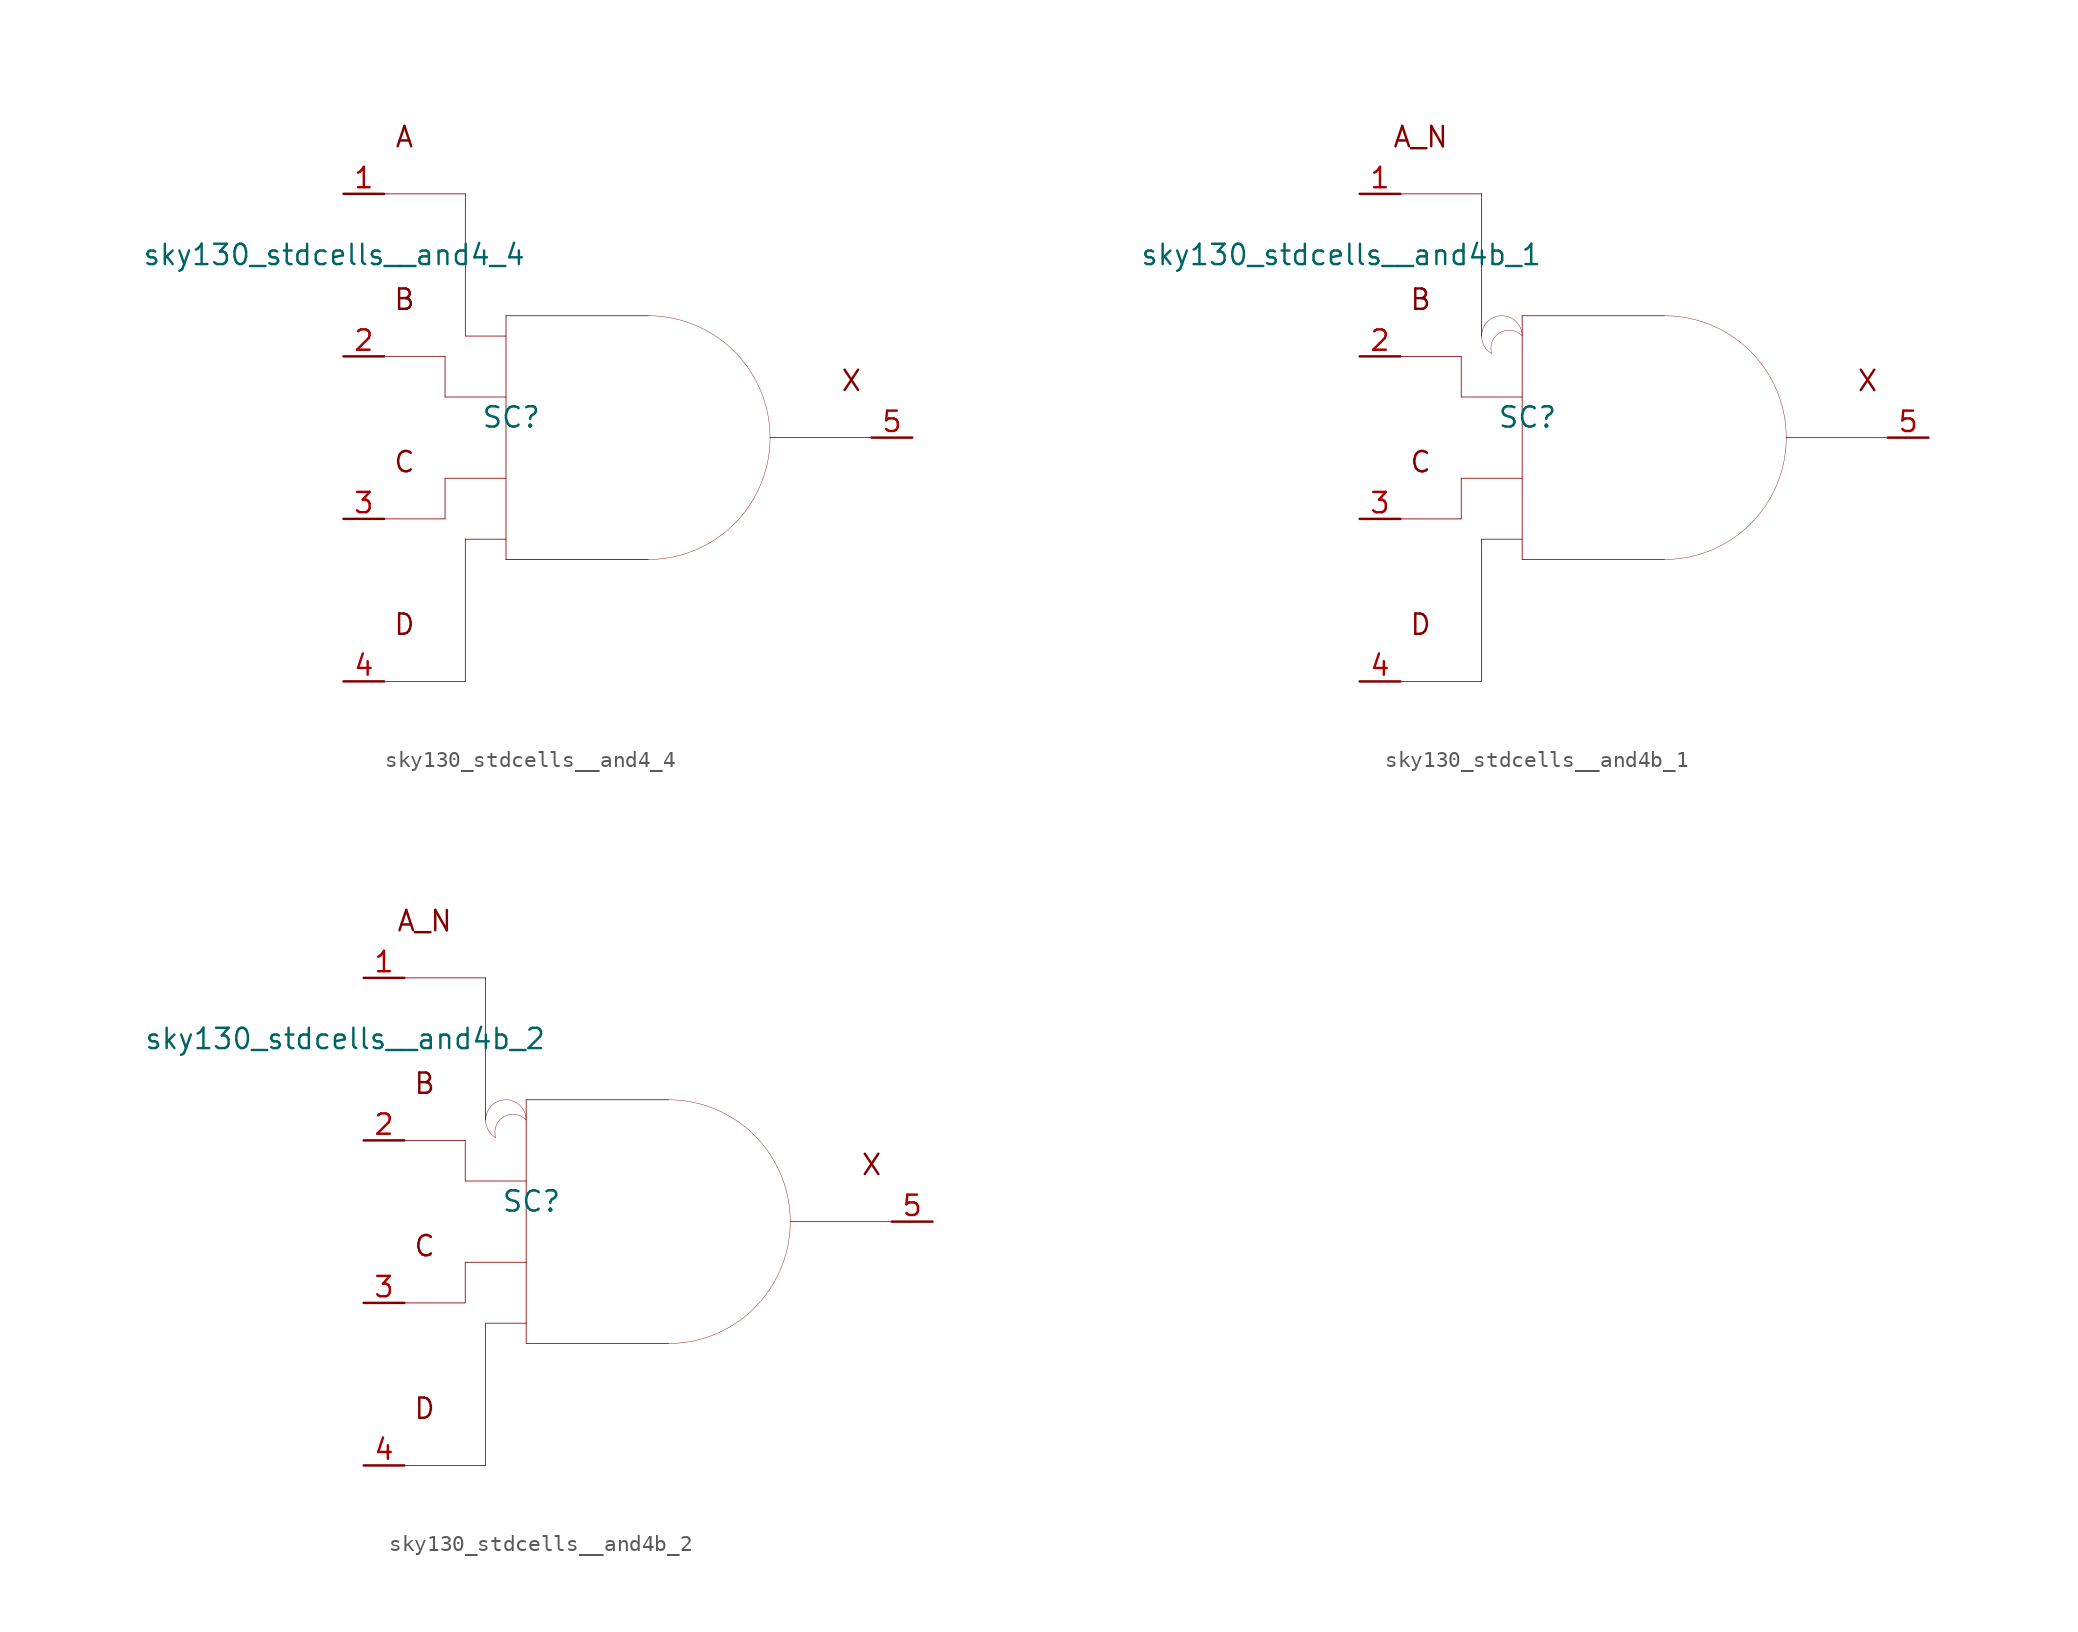
<source format=kicad_sym>
(kicad_symbol_lib
  (version 20211014)
  (generator kicad_symbol_editor)
  (symbol "sky130_stdcells__and4_4"
    (pin_names hide)
    (property "Reference" "SC"
      (at -7.29 1.27 0)
      (effects (font (size 1.27 1.27))))
    (property "Value" "sky130_stdcells__and4_4"
      (at -6.35 11.43 0)
      (effects (font (size 1.27 1.27)) (justify right)))
    (symbol "sky130_stdcells__and4_4_0_0"
      (polyline (pts (xy -15.24 -15.24) (xy -10.16 -15.24)) (stroke (width 0.051) (type default) (color 0 0 0 0)) (fill (type none)))
      (polyline (pts (xy -15.24 -5.08) (xy -11.43 -5.08)) (stroke (width 0.051) (type default) (color 0 0 0 0)) (fill (type none)))
      (polyline (pts (xy -15.24 5.08) (xy -11.43 5.08)) (stroke (width 0.051) (type default) (color 0 0 0 0)) (fill (type none)))
      (polyline (pts (xy -15.24 15.24) (xy -10.16 15.24)) (stroke (width 0.051) (type default) (color 0 0 0 0)) (fill (type none)))
      (polyline (pts (xy -11.43 -2.54) (xy -11.43 -5.08)) (stroke (width 0.051) (type default) (color 0 0 0 0)) (fill (type none)))
      (polyline (pts (xy -11.43 -2.54) (xy -7.62 -2.54)) (stroke (width 0.051) (type default) (color 0 0 0 0)) (fill (type none)))
      (polyline (pts (xy -11.43 2.54) (xy -7.62 2.54)) (stroke (width 0.051) (type default) (color 0 0 0 0)) (fill (type none)))
      (polyline (pts (xy -11.43 5.08) (xy -11.43 2.54)) (stroke (width 0.051) (type default) (color 0 0 0 0)) (fill (type none)))
      (polyline (pts (xy -10.16 -6.35) (xy -10.16 -15.24)) (stroke (width 0.051) (type default) (color 0 0 0 0)) (fill (type none)))
      (polyline (pts (xy -10.16 -6.35) (xy -7.62 -6.35)) (stroke (width 0.051) (type default) (color 0 0 0 0)) (fill (type none)))
      (polyline (pts (xy -10.16 6.35) (xy -7.62 6.35)) (stroke (width 0.051) (type default) (color 0 0 0 0)) (fill (type none)))
      (polyline (pts (xy -10.16 15.24) (xy -10.16 6.35)) (stroke (width 0.051) (type default) (color 0 0 0 0)) (fill (type none)))
      (polyline (pts (xy -7.62 -7.62) (xy 1.27 -7.62)) (stroke (width 0.051) (type default) (color 0 0 0 0)) (fill (type none)))
      (polyline (pts (xy -7.62 7.62) (xy -7.62 -7.62)) (stroke (width 0.051) (type default) (color 0 0 0 0)) (fill (type none)))
      (polyline (pts (xy -7.62 7.62) (xy 1.27 7.62)) (stroke (width 0.051) (type default) (color 0 0 0 0)) (fill (type none)))
      (polyline (pts (xy 8.89 0) (xy 15.24 0)) (stroke (width 0.051) (type default) (color 0 0 0 0)) (fill (type none)))
      (arc (start 1.27 -7.62) (mid 3.2422 -7.3604) (end 5.08 -6.5991) (stroke (width 0.0254) (type default) (color 0 0 0 0)) (fill (type none)))
      (arc (start 5.08 -6.5991) (mid 6.6581 -5.3881) (end 7.8691 -3.81) (stroke (width 0.0254) (type default) (color 0 0 0 0)) (fill (type none)))
      (arc (start 5.08 6.5991) (mid 3.2422 7.3603) (end 1.27 7.62) (stroke (width 0.0254) (type default) (color 0 0 0 0)) (fill (type none)))
      (arc (start 7.8691 -3.81) (mid 8.6303 -1.9722) (end 8.89 0) (stroke (width 0.0254) (type default) (color 0 0 0 0)) (fill (type none)))
      (arc (start 7.8691 3.81) (mid 6.6581 5.3881) (end 5.08 6.5991) (stroke (width 0.0254) (type default) (color 0 0 0 0)) (fill (type none)))
      (arc (start 8.89 0) (mid 8.6304 1.9722) (end 7.8691 3.81) (stroke (width 0.0254) (type default) (color 0 0 0 0)) (fill (type none)))
      (text "A" (at -13.97 18.796 0) (effects (font (size 1.27 1.27))))
      (text "B" (at -13.97 8.636 0) (effects (font (size 1.27 1.27))))
      (text "C" (at -13.97 -1.524 0) (effects (font (size 1.27 1.27))))
      (text "D" (at -13.97 -11.684 0) (effects (font (size 1.27 1.27))))
      (text "X" (at 13.97 3.556 0) (effects (font (size 1.27 1.27)))))
    (symbol "sky130_stdcells__and4_4_1_1"
      (pin input line (at -17.78 15.24 0) (length 2.54) (name "A" (effects (font (size 1.092 1.092)))) (number "1" (effects (font (size 1.27 1.27)))))
      (pin input line (at -17.78 5.08 0) (length 2.54) (name "B" (effects (font (size 1.092 1.092)))) (number "2" (effects (font (size 1.27 1.27)))))
      (pin input line (at -17.78 -5.08 0) (length 2.54) (name "C" (effects (font (size 1.092 1.092)))) (number "3" (effects (font (size 1.27 1.27)))))
      (pin input line (at -17.78 -15.24 0) (length 2.54) (name "D" (effects (font (size 1.092 1.092)))) (number "4" (effects (font (size 1.27 1.27)))))
      (pin output line (at 17.78 0 180) (length 2.54) (name "X" (effects (font (size 1.092 1.092)))) (number "5" (effects (font (size 1.27 1.27)))))))
  (symbol "sky130_stdcells__and4b_1"
    (pin_names hide)
    (property "Reference" "SC"
      (at -7.29 1.27 0)
      (effects (font (size 1.27 1.27))))
    (property "Value" "sky130_stdcells__and4b_1"
      (at -6.35 11.43 0)
      (effects (font (size 1.27 1.27)) (justify right)))
    (symbol "sky130_stdcells__and4b_1_0_0"
      (arc (start -9.525 7.4499) (mid -10.16 6.35) (end -9.525 5.2501) (stroke (width 0.0254) (type default) (color 0 0 0 0)) (fill (type none)))
      (arc (start -7.62 6.35) (mid -9.4769 6.8243) (end -9.525 5.2501) (stroke (width 0.0254) (type default) (color 0 0 0 0)) (fill (type none)))
      (arc (start -7.62 6.35) (mid -8.255 7.4498) (end -9.525 7.4499) (stroke (width 0.0254) (type default) (color 0 0 0 0)) (fill (type none)))
      (polyline (pts (xy -15.24 -15.24) (xy -10.16 -15.24)) (stroke (width 0.051) (type default) (color 0 0 0 0)) (fill (type none)))
      (polyline (pts (xy -15.24 -5.08) (xy -11.43 -5.08)) (stroke (width 0.051) (type default) (color 0 0 0 0)) (fill (type none)))
      (polyline (pts (xy -15.24 5.08) (xy -11.43 5.08)) (stroke (width 0.051) (type default) (color 0 0 0 0)) (fill (type none)))
      (polyline (pts (xy -15.24 15.24) (xy -10.16 15.24)) (stroke (width 0.051) (type default) (color 0 0 0 0)) (fill (type none)))
      (polyline (pts (xy -11.43 -2.54) (xy -11.43 -5.08)) (stroke (width 0.051) (type default) (color 0 0 0 0)) (fill (type none)))
      (polyline (pts (xy -11.43 -2.54) (xy -7.62 -2.54)) (stroke (width 0.051) (type default) (color 0 0 0 0)) (fill (type none)))
      (polyline (pts (xy -11.43 2.54) (xy -7.62 2.54)) (stroke (width 0.051) (type default) (color 0 0 0 0)) (fill (type none)))
      (polyline (pts (xy -11.43 5.08) (xy -11.43 2.54)) (stroke (width 0.051) (type default) (color 0 0 0 0)) (fill (type none)))
      (polyline (pts (xy -10.16 -6.35) (xy -10.16 -15.24)) (stroke (width 0.051) (type default) (color 0 0 0 0)) (fill (type none)))
      (polyline (pts (xy -10.16 -6.35) (xy -7.62 -6.35)) (stroke (width 0.051) (type default) (color 0 0 0 0)) (fill (type none)))
      (polyline (pts (xy -10.16 15.24) (xy -10.16 6.35)) (stroke (width 0.051) (type default) (color 0 0 0 0)) (fill (type none)))
      (polyline (pts (xy -7.62 -7.62) (xy 1.27 -7.62)) (stroke (width 0.051) (type default) (color 0 0 0 0)) (fill (type none)))
      (polyline (pts (xy -7.62 7.62) (xy -7.62 -7.62)) (stroke (width 0.051) (type default) (color 0 0 0 0)) (fill (type none)))
      (polyline (pts (xy -7.62 7.62) (xy 1.27 7.62)) (stroke (width 0.051) (type default) (color 0 0 0 0)) (fill (type none)))
      (polyline (pts (xy 8.89 0) (xy 15.24 0)) (stroke (width 0.051) (type default) (color 0 0 0 0)) (fill (type none)))
      (arc (start 1.27 -7.62) (mid 3.2422 -7.3604) (end 5.08 -6.5991) (stroke (width 0.0254) (type default) (color 0 0 0 0)) (fill (type none)))
      (arc (start 5.08 -6.5991) (mid 6.6581 -5.3881) (end 7.8691 -3.81) (stroke (width 0.0254) (type default) (color 0 0 0 0)) (fill (type none)))
      (arc (start 5.08 6.5991) (mid 3.2422 7.3603) (end 1.27 7.62) (stroke (width 0.0254) (type default) (color 0 0 0 0)) (fill (type none)))
      (arc (start 7.8691 -3.81) (mid 8.6303 -1.9722) (end 8.89 0) (stroke (width 0.0254) (type default) (color 0 0 0 0)) (fill (type none)))
      (arc (start 7.8691 3.81) (mid 6.6581 5.3881) (end 5.08 6.5991) (stroke (width 0.0254) (type default) (color 0 0 0 0)) (fill (type none)))
      (arc (start 8.89 0) (mid 8.6304 1.9722) (end 7.8691 3.81) (stroke (width 0.0254) (type default) (color 0 0 0 0)) (fill (type none)))
      (text "A_N" (at -13.97 18.796 0) (effects (font (size 1.27 1.27))))
      (text "B" (at -13.97 8.636 0) (effects (font (size 1.27 1.27))))
      (text "C" (at -13.97 -1.524 0) (effects (font (size 1.27 1.27))))
      (text "D" (at -13.97 -11.684 0) (effects (font (size 1.27 1.27))))
      (text "X" (at 13.97 3.556 0) (effects (font (size 1.27 1.27)))))
    (symbol "sky130_stdcells__and4b_1_1_1"
      (pin input line (at -17.78 15.24 0) (length 2.54) (name "A_N" (effects (font (size 1.092 1.092)))) (number "1" (effects (font (size 1.27 1.27)))))
      (pin input line (at -17.78 5.08 0) (length 2.54) (name "B" (effects (font (size 1.092 1.092)))) (number "2" (effects (font (size 1.27 1.27)))))
      (pin input line (at -17.78 -5.08 0) (length 2.54) (name "C" (effects (font (size 1.092 1.092)))) (number "3" (effects (font (size 1.27 1.27)))))
      (pin input line (at -17.78 -15.24 0) (length 2.54) (name "D" (effects (font (size 1.092 1.092)))) (number "4" (effects (font (size 1.27 1.27)))))
      (pin output line (at 17.78 0 180) (length 2.54) (name "X" (effects (font (size 1.092 1.092)))) (number "5" (effects (font (size 1.27 1.27)))))))
  (symbol "sky130_stdcells__and4b_2"
    (pin_names hide)
    (property "Reference" "SC"
      (at -7.29 1.27 0)
      (effects (font (size 1.27 1.27))))
    (property "Value" "sky130_stdcells__and4b_2"
      (at -6.35 11.43 0)
      (effects (font (size 1.27 1.27)) (justify right)))
    (symbol "sky130_stdcells__and4b_2_0_0"
      (arc (start -9.525 7.4499) (mid -10.16 6.35) (end -9.525 5.2501) (stroke (width 0.0254) (type default) (color 0 0 0 0)) (fill (type none)))
      (arc (start -7.62 6.35) (mid -9.4769 6.8243) (end -9.525 5.2501) (stroke (width 0.0254) (type default) (color 0 0 0 0)) (fill (type none)))
      (arc (start -7.62 6.35) (mid -8.255 7.4498) (end -9.525 7.4499) (stroke (width 0.0254) (type default) (color 0 0 0 0)) (fill (type none)))
      (polyline (pts (xy -15.24 -15.24) (xy -10.16 -15.24)) (stroke (width 0.051) (type default) (color 0 0 0 0)) (fill (type none)))
      (polyline (pts (xy -15.24 -5.08) (xy -11.43 -5.08)) (stroke (width 0.051) (type default) (color 0 0 0 0)) (fill (type none)))
      (polyline (pts (xy -15.24 5.08) (xy -11.43 5.08)) (stroke (width 0.051) (type default) (color 0 0 0 0)) (fill (type none)))
      (polyline (pts (xy -15.24 15.24) (xy -10.16 15.24)) (stroke (width 0.051) (type default) (color 0 0 0 0)) (fill (type none)))
      (polyline (pts (xy -11.43 -2.54) (xy -11.43 -5.08)) (stroke (width 0.051) (type default) (color 0 0 0 0)) (fill (type none)))
      (polyline (pts (xy -11.43 -2.54) (xy -7.62 -2.54)) (stroke (width 0.051) (type default) (color 0 0 0 0)) (fill (type none)))
      (polyline (pts (xy -11.43 2.54) (xy -7.62 2.54)) (stroke (width 0.051) (type default) (color 0 0 0 0)) (fill (type none)))
      (polyline (pts (xy -11.43 5.08) (xy -11.43 2.54)) (stroke (width 0.051) (type default) (color 0 0 0 0)) (fill (type none)))
      (polyline (pts (xy -10.16 -6.35) (xy -10.16 -15.24)) (stroke (width 0.051) (type default) (color 0 0 0 0)) (fill (type none)))
      (polyline (pts (xy -10.16 -6.35) (xy -7.62 -6.35)) (stroke (width 0.051) (type default) (color 0 0 0 0)) (fill (type none)))
      (polyline (pts (xy -10.16 15.24) (xy -10.16 6.35)) (stroke (width 0.051) (type default) (color 0 0 0 0)) (fill (type none)))
      (polyline (pts (xy -7.62 -7.62) (xy 1.27 -7.62)) (stroke (width 0.051) (type default) (color 0 0 0 0)) (fill (type none)))
      (polyline (pts (xy -7.62 7.62) (xy -7.62 -7.62)) (stroke (width 0.051) (type default) (color 0 0 0 0)) (fill (type none)))
      (polyline (pts (xy -7.62 7.62) (xy 1.27 7.62)) (stroke (width 0.051) (type default) (color 0 0 0 0)) (fill (type none)))
      (polyline (pts (xy 8.89 0) (xy 15.24 0)) (stroke (width 0.051) (type default) (color 0 0 0 0)) (fill (type none)))
      (arc (start 1.27 -7.62) (mid 3.2422 -7.3604) (end 5.08 -6.5991) (stroke (width 0.0254) (type default) (color 0 0 0 0)) (fill (type none)))
      (arc (start 5.08 -6.5991) (mid 6.6581 -5.3881) (end 7.8691 -3.81) (stroke (width 0.0254) (type default) (color 0 0 0 0)) (fill (type none)))
      (arc (start 5.08 6.5991) (mid 3.2422 7.3603) (end 1.27 7.62) (stroke (width 0.0254) (type default) (color 0 0 0 0)) (fill (type none)))
      (arc (start 7.8691 -3.81) (mid 8.6303 -1.9722) (end 8.89 0) (stroke (width 0.0254) (type default) (color 0 0 0 0)) (fill (type none)))
      (arc (start 7.8691 3.81) (mid 6.6581 5.3881) (end 5.08 6.5991) (stroke (width 0.0254) (type default) (color 0 0 0 0)) (fill (type none)))
      (arc (start 8.89 0) (mid 8.6304 1.9722) (end 7.8691 3.81) (stroke (width 0.0254) (type default) (color 0 0 0 0)) (fill (type none)))
      (text "A_N" (at -13.97 18.796 0) (effects (font (size 1.27 1.27))))
      (text "B" (at -13.97 8.636 0) (effects (font (size 1.27 1.27))))
      (text "C" (at -13.97 -1.524 0) (effects (font (size 1.27 1.27))))
      (text "D" (at -13.97 -11.684 0) (effects (font (size 1.27 1.27))))
      (text "X" (at 13.97 3.556 0) (effects (font (size 1.27 1.27)))))
    (symbol "sky130_stdcells__and4b_2_1_1"
      (pin input line (at -17.78 15.24 0) (length 2.54) (name "A_N" (effects (font (size 1.092 1.092)))) (number "1" (effects (font (size 1.27 1.27)))))
      (pin input line (at -17.78 5.08 0) (length 2.54) (name "B" (effects (font (size 1.092 1.092)))) (number "2" (effects (font (size 1.27 1.27)))))
      (pin input line (at -17.78 -5.08 0) (length 2.54) (name "C" (effects (font (size 1.092 1.092)))) (number "3" (effects (font (size 1.27 1.27)))))
      (pin input line (at -17.78 -15.24 0) (length 2.54) (name "D" (effects (font (size 1.092 1.092)))) (number "4" (effects (font (size 1.27 1.27)))))
      (pin output line (at 17.78 0 180) (length 2.54) (name "X" (effects (font (size 1.092 1.092)))) (number "5" (effects (font (size 1.27 1.27))))))))
</source>
